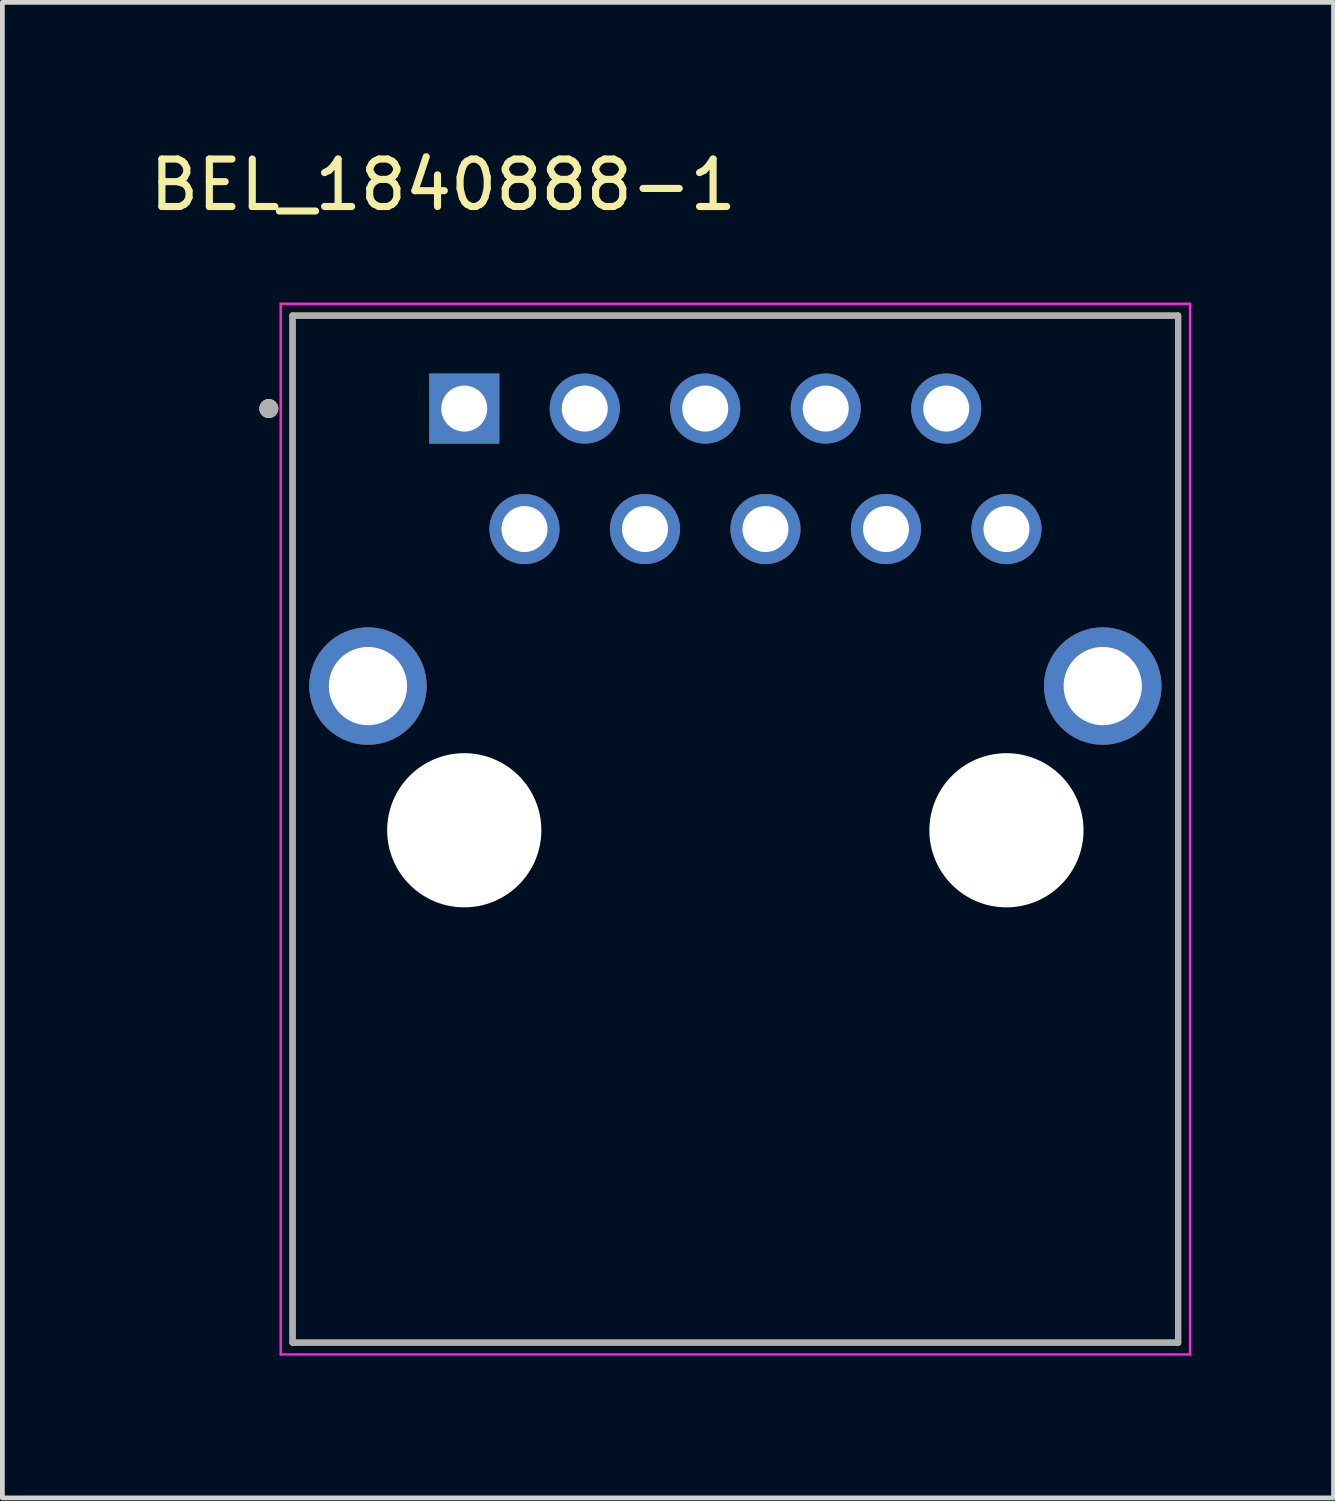
<source format=kicad_pcb>
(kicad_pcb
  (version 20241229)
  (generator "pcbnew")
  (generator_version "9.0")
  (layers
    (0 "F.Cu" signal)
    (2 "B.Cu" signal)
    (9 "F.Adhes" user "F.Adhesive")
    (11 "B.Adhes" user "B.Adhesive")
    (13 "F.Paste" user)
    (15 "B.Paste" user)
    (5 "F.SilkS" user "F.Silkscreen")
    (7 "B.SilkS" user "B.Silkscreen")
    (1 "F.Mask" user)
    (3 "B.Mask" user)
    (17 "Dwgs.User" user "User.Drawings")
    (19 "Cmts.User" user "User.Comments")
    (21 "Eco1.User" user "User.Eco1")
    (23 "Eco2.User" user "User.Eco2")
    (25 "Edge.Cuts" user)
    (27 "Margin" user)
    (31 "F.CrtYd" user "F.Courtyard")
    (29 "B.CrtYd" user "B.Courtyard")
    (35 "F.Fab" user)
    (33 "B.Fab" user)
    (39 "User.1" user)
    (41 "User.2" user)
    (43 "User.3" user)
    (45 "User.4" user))
  (footprint "BEL_1840888-1"
    (layer "F.Cu")
    (at 12.452 14.453)
    (property "Reference" "BEL_1840888-1" (at -6.16 -13.605 0) (layer "F.SilkS") (effects (font (size 1 1) (thickness 0.15))))
    (attr through_hole)
    (fp_line (start -9.335 -10.85) (end -9.335 10.8) (stroke (width 0.127) (type solid)) (layer "F.SilkS"))
    (fp_line (start -9.335 10.8) (end 9.335 10.8) (stroke (width 0.127) (type solid)) (layer "F.SilkS"))
    (fp_line (start 9.335 -10.85) (end -9.335 -10.85) (stroke (width 0.127) (type solid)) (layer "F.SilkS"))
    (fp_line (start 9.335 10.8) (end 9.335 -10.85) (stroke (width 0.127) (type solid)) (layer "F.SilkS"))
    (fp_circle (center -9.835 -8.89) (end -9.735 -8.89) (stroke (width 0.2) (type solid)) (fill no) (layer "F.SilkS"))
    (fp_line (start -9.585 -11.1) (end -9.585 11.05) (stroke (width 0.05) (type solid)) (layer "F.CrtYd"))
    (fp_line (start -9.585 11.05) (end 9.585 11.05) (stroke (width 0.05) (type solid)) (layer "F.CrtYd"))
    (fp_line (start 9.585 -11.1) (end -9.585 -11.1) (stroke (width 0.05) (type solid)) (layer "F.CrtYd"))
    (fp_line (start 9.585 11.05) (end 9.585 -11.1) (stroke (width 0.05) (type solid)) (layer "F.CrtYd"))
    (fp_line (start -9.335 -10.85) (end -9.335 10.8) (stroke (width 0.127) (type solid)) (layer "F.Fab"))
    (fp_line (start -9.335 10.8) (end 9.335 10.8) (stroke (width 0.127) (type solid)) (layer "F.Fab"))
    (fp_line (start 9.335 -10.85) (end -9.335 -10.85) (stroke (width 0.127) (type solid)) (layer "F.Fab"))
    (fp_line (start 9.335 10.8) (end 9.335 -10.85) (stroke (width 0.127) (type solid)) (layer "F.Fab"))
    (fp_circle (center -9.835 -8.89) (end -9.735 -8.89) (stroke (width 0.2) (type solid)) (fill no) (layer "F.Fab"))
    (pad "" np_thru_hole circle (at -5.715 0) (size 3.25 3.25) (drill 3.25) (layers "*.Cu" "*.Mask"))
    (pad "" np_thru_hole circle (at 5.715 0) (size 3.25 3.25) (drill 3.25) (layers "*.Cu" "*.Mask"))
    (pad "1" thru_hole rect (at -5.715 -8.89) (size 1.478 1.478) (drill 0.97) (layers "*.Cu" "*.Mask"))
    (pad "2" thru_hole circle (at -4.445 -6.35) (size 1.478 1.478) (drill 0.97) (layers "*.Cu" "*.Mask"))
    (pad "3" thru_hole circle (at -3.175 -8.89) (size 1.478 1.478) (drill 0.97) (layers "*.Cu" "*.Mask"))
    (pad "4" thru_hole circle (at -1.905 -6.35) (size 1.478 1.478) (drill 0.97) (layers "*.Cu" "*.Mask"))
    (pad "5" thru_hole circle (at -0.635 -8.89) (size 1.478 1.478) (drill 0.97) (layers "*.Cu" "*.Mask"))
    (pad "6" thru_hole circle (at 0.635 -6.35) (size 1.478 1.478) (drill 0.97) (layers "*.Cu" "*.Mask"))
    (pad "7" thru_hole circle (at 1.905 -8.89) (size 1.478 1.478) (drill 0.97) (layers "*.Cu" "*.Mask"))
    (pad "8" thru_hole circle (at 3.175 -6.35) (size 1.478 1.478) (drill 0.97) (layers "*.Cu" "*.Mask"))
    (pad "9" thru_hole circle (at 4.445 -8.89) (size 1.478 1.478) (drill 0.97) (layers "*.Cu" "*.Mask"))
    (pad "10" thru_hole circle (at 5.715 -6.35) (size 1.478 1.478) (drill 0.97) (layers "*.Cu" "*.Mask"))
    (pad "S1" thru_hole circle (at -7.745 -3.04) (size 2.475 2.475) (drill 1.65) (layers "*.Cu" "*.Mask"))
    (pad "S2" thru_hole circle (at 7.745 -3.04) (size 2.475 2.475) (drill 1.65) (layers "*.Cu" "*.Mask")))
  (gr_rect
    (start -3 -3)
    (end 25.062 28.528)
    (stroke (width 0.1) (type default))
    (fill no)
    (layer "Edge.Cuts")))
</source>
